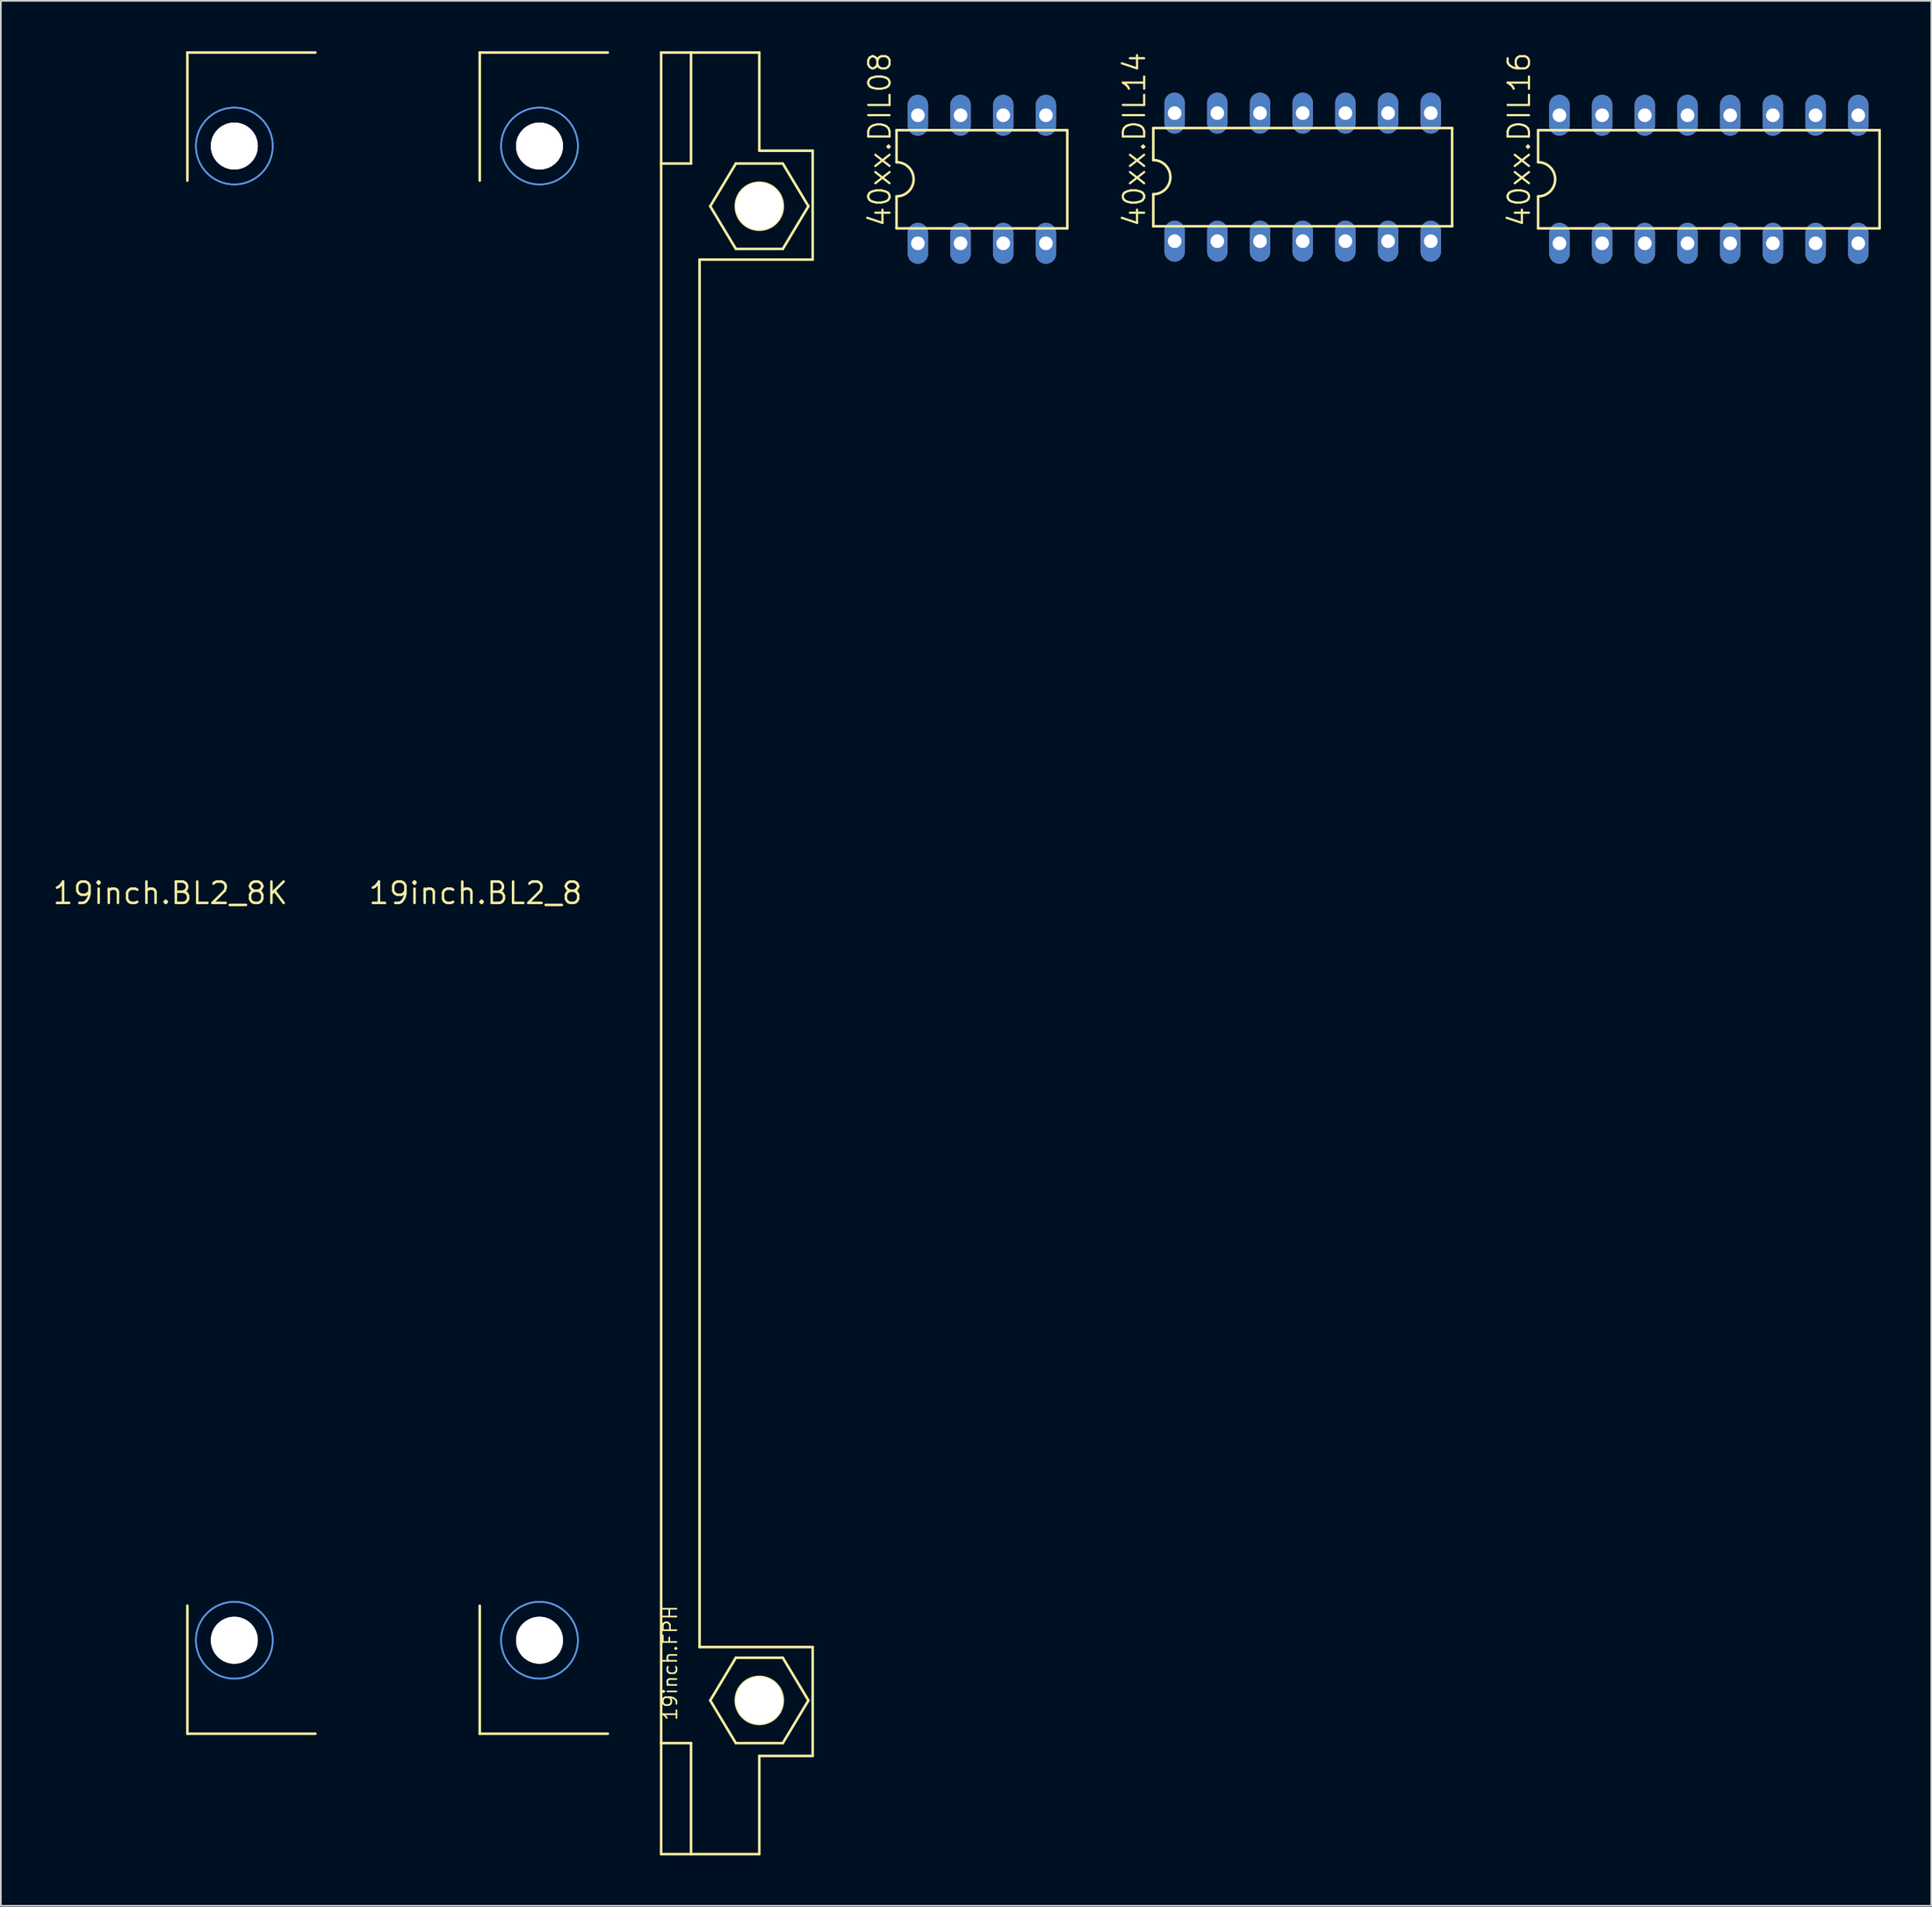
<source format=kicad_pcb>
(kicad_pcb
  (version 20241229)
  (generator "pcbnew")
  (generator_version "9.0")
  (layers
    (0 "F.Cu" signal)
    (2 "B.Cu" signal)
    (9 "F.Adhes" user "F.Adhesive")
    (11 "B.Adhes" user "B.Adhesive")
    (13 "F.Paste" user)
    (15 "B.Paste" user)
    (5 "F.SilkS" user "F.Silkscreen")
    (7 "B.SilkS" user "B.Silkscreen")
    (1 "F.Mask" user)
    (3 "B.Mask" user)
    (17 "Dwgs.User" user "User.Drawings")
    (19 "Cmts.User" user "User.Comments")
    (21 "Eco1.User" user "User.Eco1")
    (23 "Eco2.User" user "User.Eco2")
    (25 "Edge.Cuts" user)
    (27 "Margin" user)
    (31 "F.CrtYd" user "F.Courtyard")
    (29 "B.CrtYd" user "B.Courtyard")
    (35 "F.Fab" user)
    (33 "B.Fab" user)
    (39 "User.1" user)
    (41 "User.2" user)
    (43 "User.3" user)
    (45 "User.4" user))
  (footprint "19inch.FPH"
    (layer "F.Cu")
    (at 38.576 53.67)
    (property "Reference" "19inch.FPH" (at -1.27 45.72 90) (layer "F.SilkS") (effects (font (size 0.813 0.813) (thickness 0.1)) (justify left bottom)))
    (fp_line (start -2.286 -53.594) (end -0.508 -53.594) (stroke (width 0.152) (type default)) (layer "F.SilkS"))
    (fp_line (start -2.286 -46.99) (end -2.286 -53.594) (stroke (width 0.152) (type default)) (layer "F.SilkS"))
    (fp_line (start -2.286 -46.99) (end -0.508 -46.99) (stroke (width 0.152) (type default)) (layer "F.SilkS"))
    (fp_line (start -2.286 46.99) (end -2.286 -46.99) (stroke (width 0.152) (type default)) (layer "F.SilkS"))
    (fp_line (start -2.286 46.99) (end -0.508 46.99) (stroke (width 0.152) (type default)) (layer "F.SilkS"))
    (fp_line (start -2.286 53.594) (end -2.286 46.99) (stroke (width 0.152) (type default)) (layer "F.SilkS"))
    (fp_line (start -2.286 53.594) (end -0.508 53.594) (stroke (width 0.152) (type default)) (layer "F.SilkS"))
    (fp_line (start -0.508 -53.594) (end -0.508 -46.99) (stroke (width 0.152) (type default)) (layer "F.SilkS"))
    (fp_line (start -0.508 -53.594) (end 3.556 -53.594) (stroke (width 0.152) (type default)) (layer "F.SilkS"))
    (fp_line (start -0.508 53.594) (end -0.508 46.99) (stroke (width 0.152) (type default)) (layer "F.SilkS"))
    (fp_line (start -0.508 53.594) (end 3.556 53.594) (stroke (width 0.152) (type default)) (layer "F.SilkS"))
    (fp_line (start 0 -41.275) (end 0 41.275) (stroke (width 0.152) (type default)) (layer "F.SilkS"))
    (fp_line (start 0 -41.275) (end 6.731 -41.275) (stroke (width 0.152) (type default)) (layer "F.SilkS"))
    (fp_line (start 0 41.275) (end 6.731 41.275) (stroke (width 0.152) (type default)) (layer "F.SilkS"))
    (fp_line (start 0.635 -44.45) (end 2.159 -46.99) (stroke (width 0.152) (type default)) (layer "F.SilkS"))
    (fp_line (start 0.635 44.45) (end 2.159 46.99) (stroke (width 0.152) (type default)) (layer "F.SilkS"))
    (fp_line (start 2.159 -46.99) (end 4.953 -46.99) (stroke (width 0.152) (type default)) (layer "F.SilkS"))
    (fp_line (start 2.159 -41.91) (end 0.635 -44.45) (stroke (width 0.152) (type default)) (layer "F.SilkS"))
    (fp_line (start 2.159 41.91) (end 0.635 44.45) (stroke (width 0.152) (type default)) (layer "F.SilkS"))
    (fp_line (start 2.159 46.99) (end 4.953 46.99) (stroke (width 0.152) (type default)) (layer "F.SilkS"))
    (fp_line (start 3.556 -53.594) (end 3.556 -47.752) (stroke (width 0.152) (type default)) (layer "F.SilkS"))
    (fp_line (start 3.556 -47.752) (end 6.731 -47.752) (stroke (width 0.152) (type default)) (layer "F.SilkS"))
    (fp_line (start 3.556 47.752) (end 6.731 47.752) (stroke (width 0.152) (type default)) (layer "F.SilkS"))
    (fp_line (start 3.556 53.594) (end 3.556 47.752) (stroke (width 0.152) (type default)) (layer "F.SilkS"))
    (fp_line (start 4.953 -46.99) (end 6.477 -44.45) (stroke (width 0.152) (type default)) (layer "F.SilkS"))
    (fp_line (start 4.953 -41.91) (end 2.159 -41.91) (stroke (width 0.152) (type default)) (layer "F.SilkS"))
    (fp_line (start 4.953 41.91) (end 2.159 41.91) (stroke (width 0.152) (type default)) (layer "F.SilkS"))
    (fp_line (start 4.953 46.99) (end 6.477 44.45) (stroke (width 0.152) (type default)) (layer "F.SilkS"))
    (fp_line (start 6.477 -44.45) (end 4.953 -41.91) (stroke (width 0.152) (type default)) (layer "F.SilkS"))
    (fp_line (start 6.477 44.45) (end 4.953 41.91) (stroke (width 0.152) (type default)) (layer "F.SilkS"))
    (fp_line (start 6.731 -47.752) (end 6.731 -41.275) (stroke (width 0.152) (type default)) (layer "F.SilkS"))
    (fp_line (start 6.731 47.752) (end 6.731 41.275) (stroke (width 0.152) (type default)) (layer "F.SilkS"))
    (fp_circle (center 3.556 -44.45) (end 4.953 -44.45) (stroke (width 0.152) (type default)) (fill no) (layer "F.SilkS"))
    (fp_circle (center 3.556 44.45) (end 4.953 44.45) (stroke (width 0.152) (type default)) (fill no) (layer "F.SilkS"))
    (pad "" np_thru_hole circle (at 3.556 -44.45) (size 2.794 2.794) (drill 2.794) (layers "*.Cu" "*.Mask"))
    (pad "" np_thru_hole circle (at 3.556 -44.45) (size 2.794 2.794) (drill 2.794) (layers "*.Cu" "*.Mask"))
    (pad "" np_thru_hole circle (at 3.556 44.45) (size 2.794 2.794) (drill 2.794) (layers "*.Cu" "*.Mask"))
    (pad "" np_thru_hole circle (at 3.556 44.45) (size 2.794 2.794) (drill 2.794) (layers "*.Cu" "*.Mask")))
  (footprint "19inch.BL2_8K"
    (layer "F.Cu")
    (at 7.083 50.089)
    (property "Reference" "19inch.BL2_8K" (at 0 0 0) (layer "F.SilkS") (effects (font (size 1.27 1.27) (thickness 0.15))))
    (fp_line (start 1.016 -50.013) (end 8.636 -50.013) (stroke (width 0.152) (type default)) (layer "F.SilkS"))
    (fp_line (start 1.016 -42.393) (end 1.016 -50.013) (stroke (width 0.152) (type default)) (layer "F.SilkS"))
    (fp_line (start 1.016 50.013) (end 1.016 42.393) (stroke (width 0.152) (type default)) (layer "F.SilkS"))
    (fp_line (start 8.636 50.013) (end 1.016 50.013) (stroke (width 0.152) (type default)) (layer "F.SilkS"))
    (fp_circle (center 3.81 -44.45) (end 6.096 -44.45) (stroke (width 0.1) (type default)) (fill no) (layer "Cmts.User"))
    (fp_circle (center 3.81 -44.45) (end 6.096 -44.45) (stroke (width 0.1) (type default)) (fill no) (layer "Cmts.User"))
    (fp_circle (center 3.81 44.45) (end 6.096 44.45) (stroke (width 0.1) (type default)) (fill no) (layer "Cmts.User"))
    (fp_circle (center 3.81 44.45) (end 6.096 44.45) (stroke (width 0.1) (type default)) (fill no) (layer "Cmts.User"))
    (pad "" np_thru_hole circle (at 3.81 -44.45) (size 2.794 2.794) (drill 2.794) (layers "*.Cu" "*.Mask"))
    (pad "" np_thru_hole circle (at 3.81 -44.45) (size 2.794 2.794) (drill 2.794) (layers "*.Cu" "*.Mask"))
    (pad "" np_thru_hole circle (at 3.81 44.45) (size 2.794 2.794) (drill 2.794) (layers "*.Cu" "*.Mask"))
    (pad "" np_thru_hole circle (at 3.81 44.45) (size 2.794 2.794) (drill 2.794) (layers "*.Cu" "*.Mask")))
  (footprint "40xx.DIL08"
    (layer "F.Cu")
    (at 55.377 7.617)
    (property "Reference" "40xx.DIL08" (at -5.334 2.921 90) (layer "F.SilkS") (effects (font (size 1.27 1.27) (thickness 0.13)) (justify left bottom)))
    (attr through_hole)
    (fp_line (start -5.08 -2.921) (end -5.08 -1.016) (stroke (width 0.152) (type default)) (layer "F.SilkS"))
    (fp_line (start -5.08 2.921) (end -5.08 1.016) (stroke (width 0.152) (type default)) (layer "F.SilkS"))
    (fp_line (start -5.08 2.921) (end 5.08 2.921) (stroke (width 0.152) (type default)) (layer "F.SilkS"))
    (fp_line (start 5.08 -2.921) (end -5.08 -2.921) (stroke (width 0.152) (type default)) (layer "F.SilkS"))
    (fp_line (start 5.08 -2.921) (end 5.08 2.921) (stroke (width 0.152) (type default)) (layer "F.SilkS"))
    (fp_arc (start -5.08 -1.016) (mid -4.064 0) (end -5.08 1.016) (stroke (width 0.1524) (type default)) (layer "F.SilkS"))
    (pad "1" thru_hole oval (at -3.81 3.81 90) (size 2.438 1.219) (drill 0.813) (layers "*.Cu" "*.Mask"))
    (pad "2" thru_hole oval (at -1.27 3.81 90) (size 2.438 1.219) (drill 0.813) (layers "*.Cu" "*.Mask"))
    (pad "3" thru_hole oval (at 1.27 3.81 90) (size 2.438 1.219) (drill 0.813) (layers "*.Cu" "*.Mask"))
    (pad "4" thru_hole oval (at 3.81 3.81 90) (size 2.438 1.219) (drill 0.813) (layers "*.Cu" "*.Mask"))
    (pad "5" thru_hole oval (at 3.81 -3.81 90) (size 2.438 1.219) (drill 0.813) (layers "*.Cu" "*.Mask"))
    (pad "6" thru_hole oval (at 1.27 -3.81 90) (size 2.438 1.219) (drill 0.813) (layers "*.Cu" "*.Mask"))
    (pad "7" thru_hole oval (at -1.27 -3.81 90) (size 2.438 1.219) (drill 0.813) (layers "*.Cu" "*.Mask"))
    (pad "8" thru_hole oval (at -3.81 -3.81 90) (size 2.438 1.219) (drill 0.813) (layers "*.Cu" "*.Mask")))
  (footprint "40xx.DIL16"
    (layer "F.Cu")
    (at 98.632 7.617)
    (property "Reference" "40xx.DIL16" (at -10.541 2.921 90) (layer "F.SilkS") (effects (font (size 1.27 1.27) (thickness 0.13)) (justify left bottom)))
    (attr through_hole)
    (fp_line (start -10.16 -2.921) (end -10.16 -1.016) (stroke (width 0.152) (type default)) (layer "F.SilkS"))
    (fp_line (start -10.16 2.921) (end -10.16 1.016) (stroke (width 0.152) (type default)) (layer "F.SilkS"))
    (fp_line (start -10.16 2.921) (end 10.16 2.921) (stroke (width 0.152) (type default)) (layer "F.SilkS"))
    (fp_line (start 10.16 -2.921) (end -10.16 -2.921) (stroke (width 0.152) (type default)) (layer "F.SilkS"))
    (fp_line (start 10.16 -2.921) (end 10.16 2.921) (stroke (width 0.152) (type default)) (layer "F.SilkS"))
    (fp_arc (start -10.16 -1.016) (mid -9.144 0) (end -10.16 1.016) (stroke (width 0.1524) (type default)) (layer "F.SilkS"))
    (pad "1" thru_hole oval (at -8.89 3.81 90) (size 2.438 1.219) (drill 0.813) (layers "*.Cu" "*.Mask"))
    (pad "2" thru_hole oval (at -6.35 3.81 90) (size 2.438 1.219) (drill 0.813) (layers "*.Cu" "*.Mask"))
    (pad "3" thru_hole oval (at -3.81 3.81 90) (size 2.438 1.219) (drill 0.813) (layers "*.Cu" "*.Mask"))
    (pad "4" thru_hole oval (at -1.27 3.81 90) (size 2.438 1.219) (drill 0.813) (layers "*.Cu" "*.Mask"))
    (pad "5" thru_hole oval (at 1.27 3.81 90) (size 2.438 1.219) (drill 0.813) (layers "*.Cu" "*.Mask"))
    (pad "6" thru_hole oval (at 3.81 3.81 90) (size 2.438 1.219) (drill 0.813) (layers "*.Cu" "*.Mask"))
    (pad "7" thru_hole oval (at 6.35 3.81 90) (size 2.438 1.219) (drill 0.813) (layers "*.Cu" "*.Mask"))
    (pad "8" thru_hole oval (at 8.89 3.81 90) (size 2.438 1.219) (drill 0.813) (layers "*.Cu" "*.Mask"))
    (pad "9" thru_hole oval (at 8.89 -3.81 90) (size 2.438 1.219) (drill 0.813) (layers "*.Cu" "*.Mask"))
    (pad "10" thru_hole oval (at 6.35 -3.81 90) (size 2.438 1.219) (drill 0.813) (layers "*.Cu" "*.Mask"))
    (pad "11" thru_hole oval (at 3.81 -3.81 90) (size 2.438 1.219) (drill 0.813) (layers "*.Cu" "*.Mask"))
    (pad "12" thru_hole oval (at 1.27 -3.81 90) (size 2.438 1.219) (drill 0.813) (layers "*.Cu" "*.Mask"))
    (pad "13" thru_hole oval (at -1.27 -3.81 90) (size 2.438 1.219) (drill 0.813) (layers "*.Cu" "*.Mask"))
    (pad "14" thru_hole oval (at -3.81 -3.81 90) (size 2.438 1.219) (drill 0.813) (layers "*.Cu" "*.Mask"))
    (pad "15" thru_hole oval (at -6.35 -3.81 90) (size 2.438 1.219) (drill 0.813) (layers "*.Cu" "*.Mask"))
    (pad "16" thru_hole oval (at -8.89 -3.81 90) (size 2.438 1.219) (drill 0.813) (layers "*.Cu" "*.Mask")))
  (footprint "40xx.DIL14"
    (layer "F.Cu")
    (at 74.465 7.49)
    (property "Reference" "40xx.DIL14" (at -9.271 3.048 90) (layer "F.SilkS") (effects (font (size 1.27 1.27) (thickness 0.13)) (justify left bottom)))
    (attr through_hole)
    (fp_line (start -8.89 -2.921) (end -8.89 -1.016) (stroke (width 0.152) (type default)) (layer "F.SilkS"))
    (fp_line (start -8.89 2.921) (end -8.89 1.016) (stroke (width 0.152) (type default)) (layer "F.SilkS"))
    (fp_line (start -8.89 2.921) (end 8.89 2.921) (stroke (width 0.152) (type default)) (layer "F.SilkS"))
    (fp_line (start 8.89 -2.921) (end -8.89 -2.921) (stroke (width 0.152) (type default)) (layer "F.SilkS"))
    (fp_line (start 8.89 -2.921) (end 8.89 2.921) (stroke (width 0.152) (type default)) (layer "F.SilkS"))
    (fp_arc (start -8.89 -1.016) (mid -7.874 0) (end -8.89 1.016) (stroke (width 0.1524) (type default)) (layer "F.SilkS"))
    (pad "1" thru_hole oval (at -7.62 3.81 90) (size 2.438 1.219) (drill 0.813) (layers "*.Cu" "*.Mask"))
    (pad "2" thru_hole oval (at -5.08 3.81 90) (size 2.438 1.219) (drill 0.813) (layers "*.Cu" "*.Mask"))
    (pad "3" thru_hole oval (at -2.54 3.81 90) (size 2.438 1.219) (drill 0.813) (layers "*.Cu" "*.Mask"))
    (pad "4" thru_hole oval (at 0 3.81 90) (size 2.438 1.219) (drill 0.813) (layers "*.Cu" "*.Mask"))
    (pad "5" thru_hole oval (at 2.54 3.81 90) (size 2.438 1.219) (drill 0.813) (layers "*.Cu" "*.Mask"))
    (pad "6" thru_hole oval (at 5.08 3.81 90) (size 2.438 1.219) (drill 0.813) (layers "*.Cu" "*.Mask"))
    (pad "7" thru_hole oval (at 7.62 3.81 90) (size 2.438 1.219) (drill 0.813) (layers "*.Cu" "*.Mask"))
    (pad "8" thru_hole oval (at 7.62 -3.81 90) (size 2.438 1.219) (drill 0.813) (layers "*.Cu" "*.Mask"))
    (pad "9" thru_hole oval (at 5.08 -3.81 90) (size 2.438 1.219) (drill 0.813) (layers "*.Cu" "*.Mask"))
    (pad "10" thru_hole oval (at 2.54 -3.81 90) (size 2.438 1.219) (drill 0.813) (layers "*.Cu" "*.Mask"))
    (pad "11" thru_hole oval (at 0 -3.81 90) (size 2.438 1.219) (drill 0.813) (layers "*.Cu" "*.Mask"))
    (pad "12" thru_hole oval (at -2.54 -3.81 90) (size 2.438 1.219) (drill 0.813) (layers "*.Cu" "*.Mask"))
    (pad "13" thru_hole oval (at -5.08 -3.81 90) (size 2.438 1.219) (drill 0.813) (layers "*.Cu" "*.Mask"))
    (pad "14" thru_hole oval (at -7.62 -3.81 90) (size 2.438 1.219) (drill 0.813) (layers "*.Cu" "*.Mask")))
  (footprint "19inch.BL2_8"
    (layer "F.Cu")
    (at 25.243 50.089)
    (property "Reference" "19inch.BL2_8" (at 0 0 0) (layer "F.SilkS") (effects (font (size 1.27 1.27) (thickness 0.15))))
    (fp_line (start 0.254 -42.393) (end 0.254 -50.013) (stroke (width 0.152) (type default)) (layer "F.SilkS"))
    (fp_line (start 0.254 42.393) (end 0.254 50.013) (stroke (width 0.152) (type default)) (layer "F.SilkS"))
    (fp_line (start 7.874 -50.013) (end 0.254 -50.013) (stroke (width 0.152) (type default)) (layer "F.SilkS"))
    (fp_line (start 7.874 50.013) (end 0.254 50.013) (stroke (width 0.152) (type default)) (layer "F.SilkS"))
    (fp_circle (center 3.81 -44.45) (end 6.096 -44.45) (stroke (width 0.1) (type default)) (fill no) (layer "Cmts.User"))
    (fp_circle (center 3.81 -44.45) (end 6.096 -44.45) (stroke (width 0.1) (type default)) (fill no) (layer "Cmts.User"))
    (fp_circle (center 3.81 44.45) (end 6.096 44.45) (stroke (width 0.1) (type default)) (fill no) (layer "Cmts.User"))
    (fp_circle (center 3.81 44.45) (end 6.096 44.45) (stroke (width 0.1) (type default)) (fill no) (layer "Cmts.User"))
    (pad "" np_thru_hole circle (at 3.81 -44.45) (size 2.794 2.794) (drill 2.794) (layers "*.Cu" "*.Mask"))
    (pad "" np_thru_hole circle (at 3.81 -44.45) (size 2.794 2.794) (drill 2.794) (layers "*.Cu" "*.Mask"))
    (pad "" np_thru_hole circle (at 3.81 44.45) (size 2.794 2.794) (drill 2.794) (layers "*.Cu" "*.Mask"))
    (pad "" np_thru_hole circle (at 3.81 44.45) (size 2.794 2.794) (drill 2.794) (layers "*.Cu" "*.Mask")))
  (gr_rect
    (start -3 -3)
    (end 111.868 110.34)
    (stroke (width 0.1) (type default))
    (fill no)
    (layer "Edge.Cuts")))
</source>
